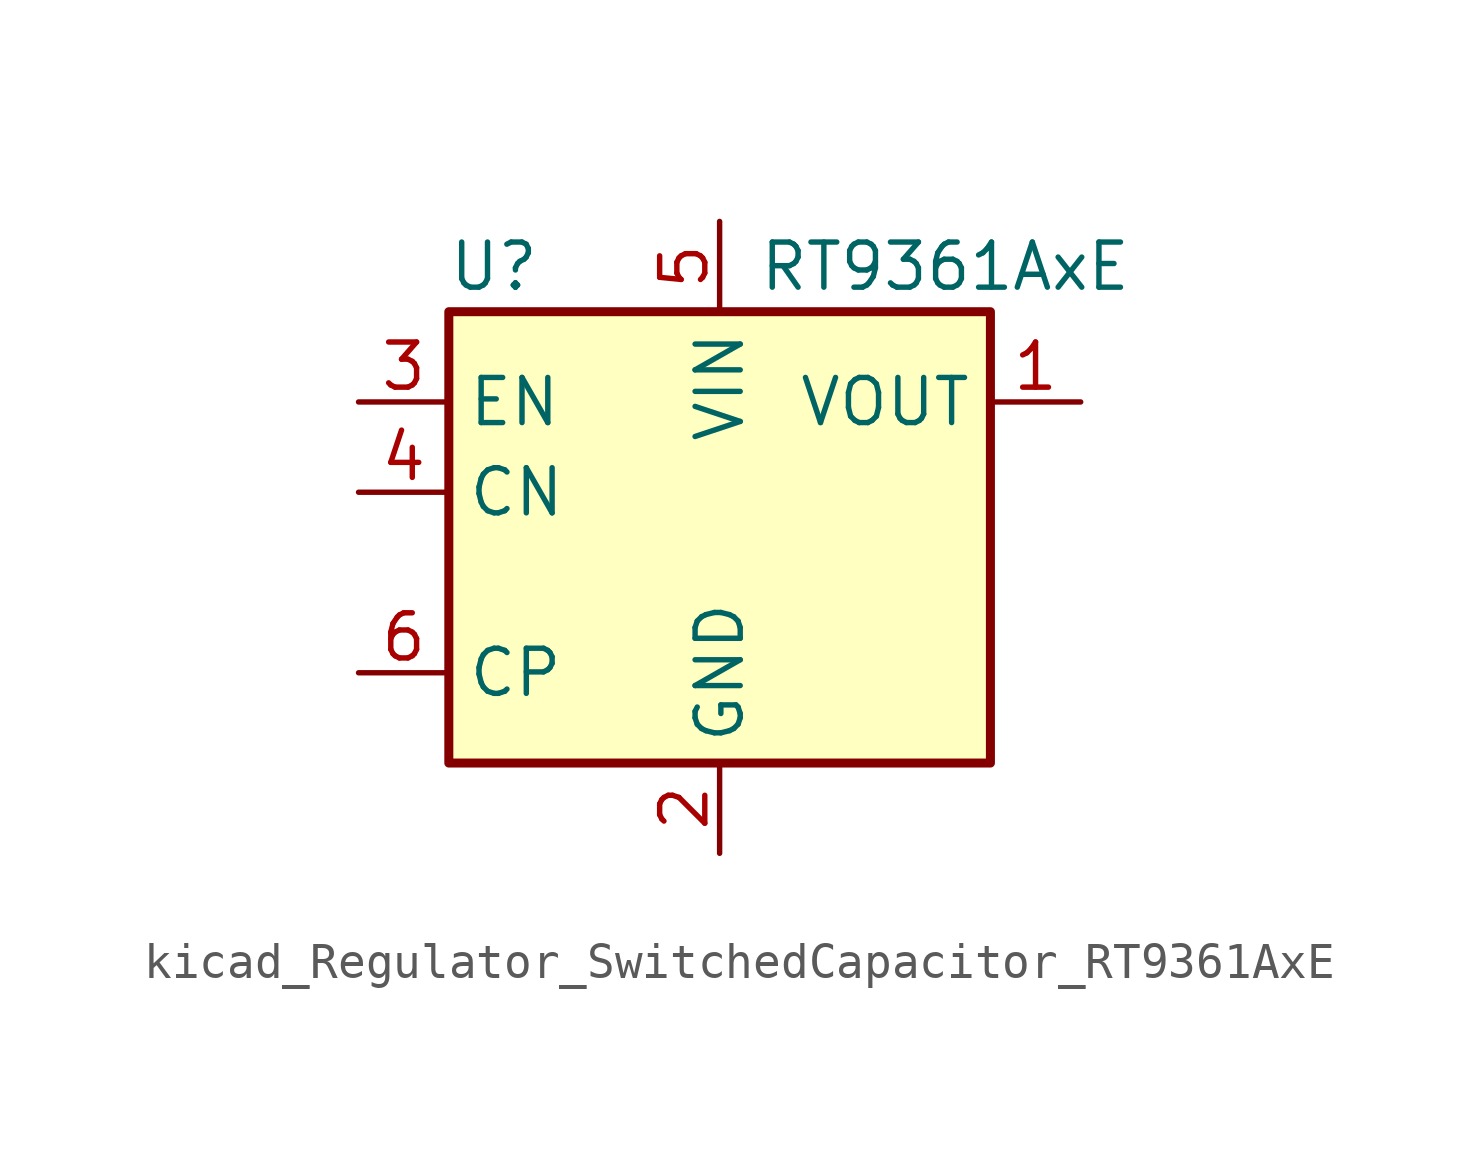
<source format=kicad_sym>
(kicad_symbol_lib
  (version 20220914)
  (generator kicad_symbol_editor)
  (symbol "kicad_Regulator_SwitchedCapacitor_RT9361AxE"
    (property "Reference" "U"
      (at -6.35 6.35 0)
      (effects (font (size 1.27 1.27))))
    (property "Value" "RT9361AxE"
      (at 6.35 6.35 0)
      (effects (font (size 1.27 1.27))))
    (symbol "kicad_Regulator_SwitchedCapacitor_RT9361AxE_1_1"
      (rectangle (start -7.62 5.08) (end 7.62 -7.62) (stroke (width 0.254) (type default)) (fill (type background)))
      (pin power_out line (at 10.16 2.54 180) (length 2.54) (name "VOUT" (effects (font (size 1.27 1.27)))) (number "1" (effects (font (size 1.27 1.27)))))
      (pin power_in line (at 0 -10.16 90) (length 2.54) (name "GND" (effects (font (size 1.27 1.27)))) (number "2" (effects (font (size 1.27 1.27)))))
      (pin input line (at -10.16 2.54 0) (length 2.54) (name "EN" (effects (font (size 1.27 1.27)))) (number "3" (effects (font (size 1.27 1.27)))))
      (pin passive line (at -10.16 0 0) (length 2.54) (name "CN" (effects (font (size 1.27 1.27)))) (number "4" (effects (font (size 1.27 1.27)))))
      (pin power_in line (at 0 7.62 270) (length 2.54) (name "VIN" (effects (font (size 1.27 1.27)))) (number "5" (effects (font (size 1.27 1.27)))))
      (pin passive line (at -10.16 -5.08 0) (length 2.54) (name "CP" (effects (font (size 1.27 1.27)))) (number "6" (effects (font (size 1.27 1.27))))))))
</source>
